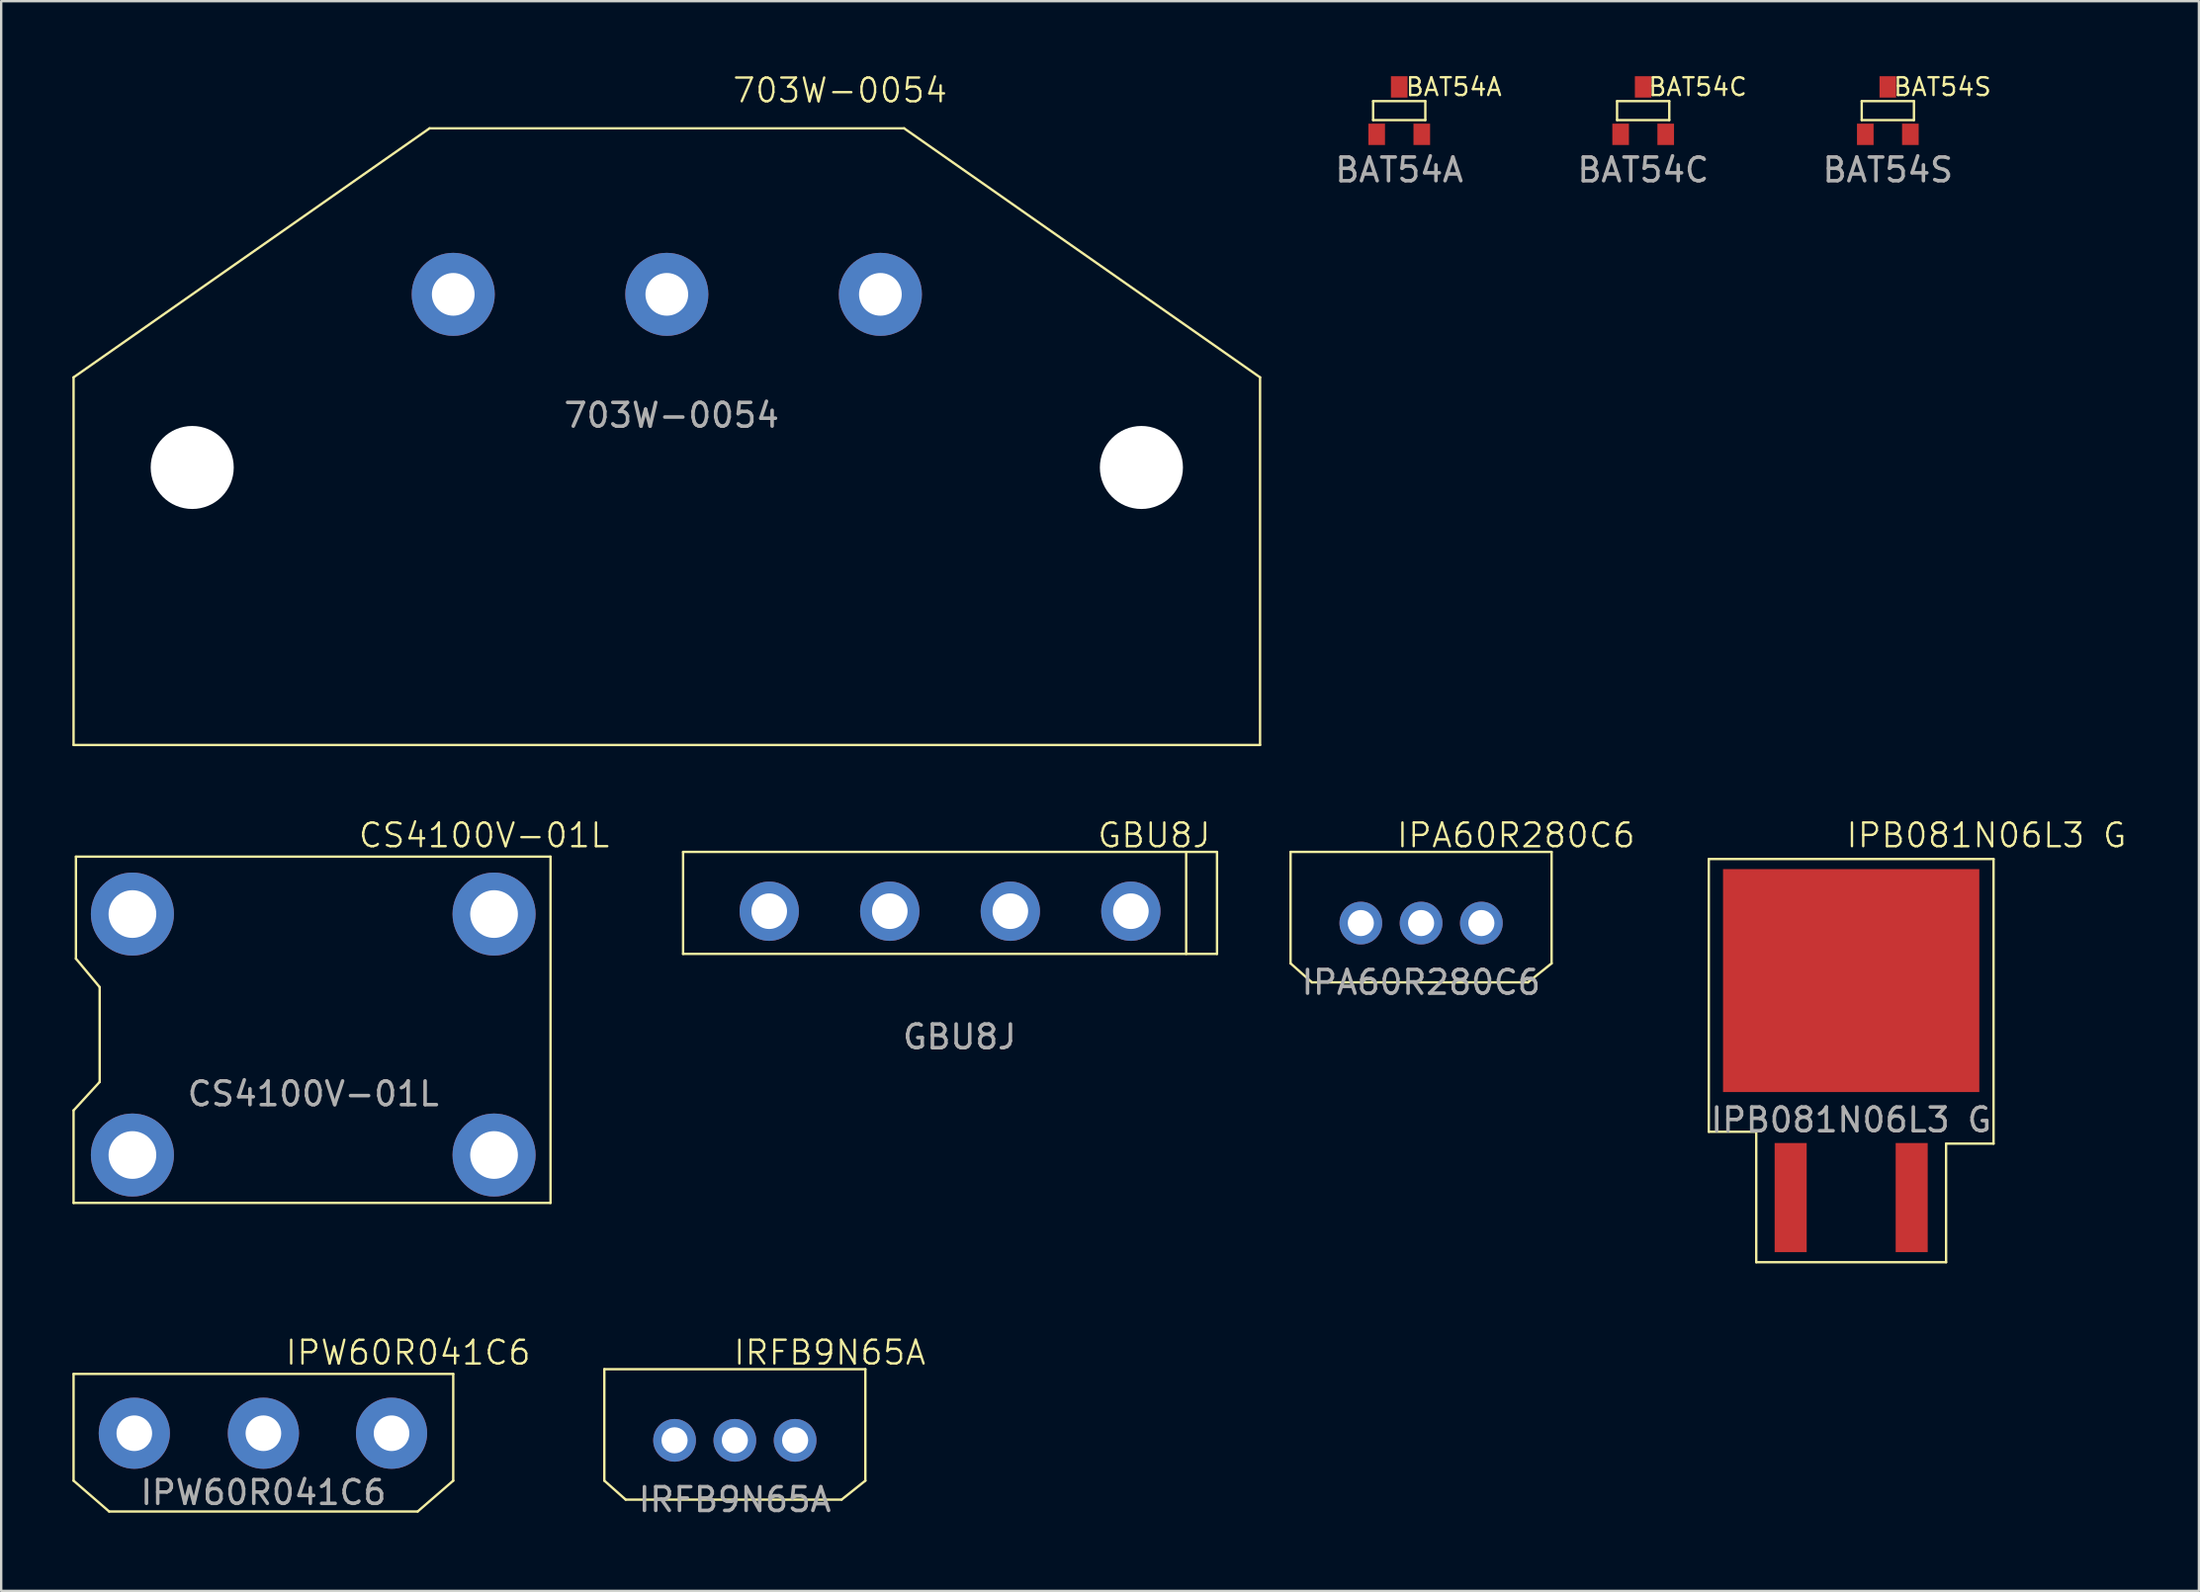
<source format=kicad_pcb>
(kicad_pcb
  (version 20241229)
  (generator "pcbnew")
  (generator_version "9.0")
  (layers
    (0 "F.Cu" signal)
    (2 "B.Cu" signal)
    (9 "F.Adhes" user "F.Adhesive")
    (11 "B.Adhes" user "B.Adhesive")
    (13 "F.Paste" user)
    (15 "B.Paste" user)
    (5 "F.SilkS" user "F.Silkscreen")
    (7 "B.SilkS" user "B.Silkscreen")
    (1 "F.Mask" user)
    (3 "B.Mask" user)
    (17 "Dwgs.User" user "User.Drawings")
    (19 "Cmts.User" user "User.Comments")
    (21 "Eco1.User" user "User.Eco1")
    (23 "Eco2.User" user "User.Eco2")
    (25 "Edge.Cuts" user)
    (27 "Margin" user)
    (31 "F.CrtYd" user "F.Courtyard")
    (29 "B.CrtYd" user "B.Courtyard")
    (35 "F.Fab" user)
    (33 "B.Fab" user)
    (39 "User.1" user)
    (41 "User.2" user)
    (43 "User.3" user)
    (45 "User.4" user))
  (footprint "BAT54S"
    (layer "F.Cu")
    (at 76.505 1.614)
    (property "Reference" "BAT54S" (at 2.3 -1 0) (unlocked yes) (layer "F.SilkS") (effects (font (size 0.75 0.75) (thickness 0.1))))
    (attr smd)
    (fp_line (start -1.1 -0.4) (end -1.1 0.4) (stroke (width 0.1) (type default)) (layer "F.SilkS"))
    (fp_line (start -1.1 0.4) (end 1.1 0.4) (stroke (width 0.1) (type default)) (layer "F.SilkS"))
    (fp_line (start 1.1 -0.4) (end -1.1 -0.4) (stroke (width 0.1) (type default)) (layer "F.SilkS"))
    (fp_line (start 1.1 0.4) (end 1.1 -0.4) (stroke (width 0.1) (type default)) (layer "F.SilkS"))
    (fp_text user "${REFERENCE}" (at 0 2.5 0) (unlocked yes) (layer "F.Fab") (effects (font (size 1 1) (thickness 0.15))))
    (pad "1" smd rect (at -0.95 1) (size 0.7 0.9) (layers "F.Cu" "F.Mask" "F.Paste"))
    (pad "2" smd rect (at 0.95 1) (size 0.7 0.9) (layers "F.Cu" "F.Mask" "F.Paste"))
    (pad "3" smd rect (at 0 -1) (size 0.7 0.9) (layers "F.Cu" "F.Mask" "F.Paste")))
  (footprint "GBU8J"
    (layer "F.Cu")
    (at 36.986 35.371)
    (property "Reference" "GBU8J" (at 8.6 -3.2 0) (unlocked yes) (layer "F.SilkS") (effects (font (size 1 1) (thickness 0.1))))
    (attr through_hole)
    (fp_line (start -11.25 -2.5) (end -11.25 1.8) (stroke (width 0.1) (type default)) (layer "F.SilkS"))
    (fp_line (start -11.25 1.8) (end 11.25 1.8) (stroke (width 0.1) (type default)) (layer "F.SilkS"))
    (fp_line (start 9.95 -2.5) (end 9.95 1.8) (stroke (width 0.1) (type default)) (layer "F.SilkS"))
    (fp_line (start 11.25 -2.5) (end -11.25 -2.5) (stroke (width 0.1) (type default)) (layer "F.SilkS"))
    (fp_line (start 11.25 1.8) (end 11.25 -2.5) (stroke (width 0.1) (type default)) (layer "F.SilkS"))
    (fp_text user "${REFERENCE}" (at 0.4 5.3 0) (unlocked yes) (layer "F.Fab") (effects (font (size 1 1) (thickness 0.15))))
    (pad "1" thru_hole circle (at 7.62 0) (size 2.5 2.5) (drill 1.5) (layers "*.Cu" "*.Mask"))
    (pad "2" thru_hole circle (at 2.54 0) (size 2.5 2.5) (drill 1.5) (layers "*.Cu" "*.Mask"))
    (pad "3" thru_hole circle (at -2.54 0) (size 2.5 2.5) (drill 1.5) (layers "*.Cu" "*.Mask"))
    (pad "4" thru_hole circle (at -7.62 0) (size 2.5 2.5) (drill 1.5) (layers "*.Cu" "*.Mask")))
  (footprint "IPA60R280C6"
    (layer "F.Cu")
    (at 56.836 35.871)
    (property "Reference" "IPA60R280C6" (at 4 -3.7 0) (unlocked yes) (layer "F.SilkS") (effects (font (size 1 1) (thickness 0.1))))
    (attr through_hole)
    (fp_line (start -5.5 -3) (end -5.5 1.7) (stroke (width 0.1) (type default)) (layer "F.SilkS"))
    (fp_line (start -4.6 2.5) (end -5.5 1.7) (stroke (width 0.1) (type default)) (layer "F.SilkS"))
    (fp_line (start 4.5 2.5) (end -4.6 2.5) (stroke (width 0.1) (type default)) (layer "F.SilkS"))
    (fp_line (start 4.5 2.5) (end 5.5 1.7) (stroke (width 0.1) (type default)) (layer "F.SilkS"))
    (fp_line (start 5.5 -3) (end -5.5 -3) (stroke (width 0.1) (type default)) (layer "F.SilkS"))
    (fp_line (start 5.5 1.7) (end 5.5 -3) (stroke (width 0.1) (type default)) (layer "F.SilkS"))
    (fp_text user "${REFERENCE}" (at 0 2.5 0) (unlocked yes) (layer "F.Fab") (effects (font (size 1 1) (thickness 0.15))))
    (pad "1" thru_hole circle (at -2.54 0) (size 1.8 1.8) (drill 1.1) (layers "*.Cu" "*.Mask"))
    (pad "2" thru_hole circle (at 0 0) (size 1.8 1.8) (drill 1.1) (layers "*.Cu" "*.Mask"))
    (pad "3" thru_hole circle (at 2.54 0) (size 1.8 1.8) (drill 1.1) (layers "*.Cu" "*.Mask")))
  (footprint "CS4100V-01L"
    (layer "F.Cu")
    (at 10.15 40.571)
    (property "Reference" "CS4100V-01L" (at 7.2 -8.4 0) (unlocked yes) (layer "F.SilkS") (effects (font (size 1 1) (thickness 0.1))))
    (attr through_hole)
    (fp_line (start -10.1 3.2) (end -10.1 7.1) (stroke (width 0.1) (type default)) (layer "F.SilkS"))
    (fp_line (start -10 -7.5) (end -10 -3.2) (stroke (width 0.1) (type default)) (layer "F.SilkS"))
    (fp_line (start -10 -7.5) (end 10 -7.5) (stroke (width 0.1) (type default)) (layer "F.SilkS"))
    (fp_line (start -9 -2) (end -10 -3.2) (stroke (width 0.1) (type default)) (layer "F.SilkS"))
    (fp_line (start -9 2) (end -10.1 3.2) (stroke (width 0.1) (type default)) (layer "F.SilkS"))
    (fp_line (start -9 2) (end -9 -2) (stroke (width 0.1) (type default)) (layer "F.SilkS"))
    (fp_line (start 10 7.1) (end -10.1 7.1) (stroke (width 0.1) (type default)) (layer "F.SilkS"))
    (fp_line (start 10 7.1) (end 10 -7.5) (stroke (width 0.1) (type default)) (layer "F.SilkS"))
    (fp_text user "${REFERENCE}" (at 0 2.5 0) (unlocked yes) (layer "F.Fab") (effects (font (size 1 1) (thickness 0.15))))
    (pad "1" thru_hole circle (at 7.62 -5.08 90) (size 3.5 3.5) (drill 2.01) (layers "*.Cu" "*.Mask"))
    (pad "2" thru_hole circle (at -7.62 -5.08 90) (size 3.5 3.5) (drill 2.01) (layers "*.Cu" "*.Mask"))
    (pad "3" thru_hole circle (at -7.62 5.08 90) (size 3.5 3.5) (drill 2.01) (layers "*.Cu" "*.Mask"))
    (pad "4" thru_hole circle (at 7.62 5.08 90) (size 3.5 3.5) (drill 2.01) (layers "*.Cu" "*.Mask")))
  (footprint "IPB081N06L3 G"
    (layer "F.Cu")
    (at 74.96 41.671)
    (property "Reference" "IPB081N06L3 G" (at 5.7 -9.5 0) (unlocked yes) (layer "F.SilkS") (effects (font (size 1 1) (thickness 0.1))))
    (attr smd)
    (fp_line (start -6 -8.5) (end -6 3) (stroke (width 0.1) (type default)) (layer "F.SilkS"))
    (fp_line (start -6 3) (end -4 3) (stroke (width 0.1) (type default)) (layer "F.SilkS"))
    (fp_line (start -4 3) (end -4 8.5) (stroke (width 0.1) (type default)) (layer "F.SilkS"))
    (fp_line (start -4 8.5) (end 4 8.5) (stroke (width 0.1) (type default)) (layer "F.SilkS"))
    (fp_line (start 4 3.5) (end 6 3.5) (stroke (width 0.1) (type default)) (layer "F.SilkS"))
    (fp_line (start 4 8.5) (end 4 3.5) (stroke (width 0.1) (type default)) (layer "F.SilkS"))
    (fp_line (start 6 -8.5) (end -6 -8.5) (stroke (width 0.1) (type default)) (layer "F.SilkS"))
    (fp_line (start 6 3.5) (end 6 -8.5) (stroke (width 0.1) (type default)) (layer "F.SilkS"))
    (fp_text user "${REFERENCE}" (at 0 2.5 0) (unlocked yes) (layer "F.Fab") (effects (font (size 1 1) (thickness 0.15))))
    (pad "1" smd rect (at -2.55 5.775) (size 1.35 4.6) (layers "F.Cu" "F.Mask" "F.Paste"))
    (pad "2" smd rect (at 0 -3.375) (size 10.8 9.4) (layers "F.Cu" "F.Mask" "F.Paste"))
    (pad "3" smd rect (at 2.55 5.775) (size 1.35 4.6) (layers "F.Cu" "F.Mask" "F.Paste")))
  (footprint "703W-0054"
    (layer "F.Cu")
    (at 25.05 9.361)
    (property "Reference" "703W-0054" (at 7.3 -8.6 0) (unlocked yes) (layer "F.SilkS") (effects (font (size 1 1) (thickness 0.1))))
    (attr through_hole)
    (fp_line (start -25 3.5) (end -10 -7) (stroke (width 0.1) (type default)) (layer "F.SilkS"))
    (fp_line (start -25 19) (end -25 3.5) (stroke (width 0.1) (type default)) (layer "F.SilkS"))
    (fp_line (start -10 -7) (end 10 -7) (stroke (width 0.1) (type default)) (layer "F.SilkS"))
    (fp_line (start 10 -7) (end 25 3.5) (stroke (width 0.1) (type default)) (layer "F.SilkS"))
    (fp_line (start 25 3.5) (end 25 19) (stroke (width 0.1) (type default)) (layer "F.SilkS"))
    (fp_line (start 25 19) (end -25 19) (stroke (width 0.1) (type default)) (layer "F.SilkS"))
    (fp_text user "${REFERENCE}" (at 0.2 5.1 0) (unlocked yes) (layer "F.Fab") (effects (font (size 1 1) (thickness 0.15))))
    (pad "" np_thru_hole circle (at -20 7.3) (size 3.5 3.5) (drill 3.5) (layers "*.Cu" "*.Mask"))
    (pad "" np_thru_hole circle (at 20 7.3) (size 3.5 3.5) (drill 3.5) (layers "*.Cu" "*.Mask"))
    (pad "1" thru_hole circle (at -9 0) (size 3.5 3.5) (drill 1.8) (layers "*.Cu" "*.Mask"))
    (pad "2" thru_hole circle (at 0 0) (size 3.5 3.5) (drill 1.8) (layers "*.Cu" "*.Mask"))
    (pad "3" thru_hole circle (at 9 0) (size 3.5 3.5) (drill 1.8) (layers "*.Cu" "*.Mask")))
  (footprint "BAT54A"
    (layer "F.Cu")
    (at 55.915 1.614)
    (property "Reference" "BAT54A" (at 2.3 -1 0) (unlocked yes) (layer "F.SilkS") (effects (font (size 0.75 0.75) (thickness 0.1))))
    (attr smd)
    (fp_line (start -1.1 -0.4) (end -1.1 0.4) (stroke (width 0.1) (type default)) (layer "F.SilkS"))
    (fp_line (start -1.1 0.4) (end 1.1 0.4) (stroke (width 0.1) (type default)) (layer "F.SilkS"))
    (fp_line (start 1.1 -0.4) (end -1.1 -0.4) (stroke (width 0.1) (type default)) (layer "F.SilkS"))
    (fp_line (start 1.1 0.4) (end 1.1 -0.4) (stroke (width 0.1) (type default)) (layer "F.SilkS"))
    (fp_text user "${REFERENCE}" (at 0 2.5 0) (unlocked yes) (layer "F.Fab") (effects (font (size 1 1) (thickness 0.15))))
    (pad "1" smd rect (at -0.95 1) (size 0.7 0.9) (layers "F.Cu" "F.Mask" "F.Paste"))
    (pad "2" smd rect (at 0.95 1) (size 0.7 0.9) (layers "F.Cu" "F.Mask" "F.Paste"))
    (pad "3" smd rect (at 0 -1) (size 0.7 0.9) (layers "F.Cu" "F.Mask" "F.Paste")))
  (footprint "IPW60R041C6"
    (layer "F.Cu")
    (at 8.05 57.382)
    (property "Reference" "IPW60R041C6" (at 6.1 -3.4 0) (unlocked yes) (layer "F.SilkS") (effects (font (size 1 1) (thickness 0.1))))
    (attr through_hole)
    (fp_line (start -8 -2.5) (end -8 2) (stroke (width 0.1) (type default)) (layer "F.SilkS"))
    (fp_line (start -8 2) (end -6.5 3.3) (stroke (width 0.1) (type default)) (layer "F.SilkS"))
    (fp_line (start 6.5 3.3) (end -6.5 3.3) (stroke (width 0.1) (type default)) (layer "F.SilkS"))
    (fp_line (start 6.5 3.3) (end 8 2) (stroke (width 0.1) (type default)) (layer "F.SilkS"))
    (fp_line (start 8 -2.5) (end -8 -2.5) (stroke (width 0.1) (type default)) (layer "F.SilkS"))
    (fp_line (start 8 2) (end 8 -2.5) (stroke (width 0.1) (type default)) (layer "F.SilkS"))
    (fp_text user "${REFERENCE}" (at 0 2.5 0) (unlocked yes) (layer "F.Fab") (effects (font (size 1 1) (thickness 0.15))))
    (pad "1" thru_hole circle (at -5.44 0) (size 3 3) (drill 1.5) (layers "*.Cu" "*.Mask"))
    (pad "2" thru_hole circle (at 0 0) (size 3 3) (drill 1.5) (layers "*.Cu" "*.Mask"))
    (pad "3" thru_hole circle (at 5.4 0) (size 3 3) (drill 1.5) (layers "*.Cu" "*.Mask")))
  (footprint "BAT54C"
    (layer "F.Cu")
    (at 66.195 1.614)
    (property "Reference" "BAT54C" (at 2.3 -1 0) (unlocked yes) (layer "F.SilkS") (effects (font (size 0.75 0.75) (thickness 0.1))))
    (attr smd)
    (fp_line (start -1.1 -0.4) (end -1.1 0.4) (stroke (width 0.1) (type default)) (layer "F.SilkS"))
    (fp_line (start -1.1 0.4) (end 1.1 0.4) (stroke (width 0.1) (type default)) (layer "F.SilkS"))
    (fp_line (start 1.1 -0.4) (end -1.1 -0.4) (stroke (width 0.1) (type default)) (layer "F.SilkS"))
    (fp_line (start 1.1 0.4) (end 1.1 -0.4) (stroke (width 0.1) (type default)) (layer "F.SilkS"))
    (fp_text user "${REFERENCE}" (at 0 2.5 0) (unlocked yes) (layer "F.Fab") (effects (font (size 1 1) (thickness 0.15))))
    (pad "1" smd rect (at -0.95 1) (size 0.7 0.9) (layers "F.Cu" "F.Mask" "F.Paste"))
    (pad "2" smd rect (at 0.95 1) (size 0.7 0.9) (layers "F.Cu" "F.Mask" "F.Paste"))
    (pad "3" smd rect (at 0 -1) (size 0.7 0.9) (layers "F.Cu" "F.Mask" "F.Paste")))
  (footprint "IRFB9N65A"
    (layer "F.Cu")
    (at 27.917 57.681)
    (property "Reference" "IRFB9N65A" (at 4 -3.7 0) (unlocked yes) (layer "F.SilkS") (effects (font (size 1 1) (thickness 0.1))))
    (attr through_hole)
    (fp_line (start -5.5 -3) (end -5.5 1.7) (stroke (width 0.1) (type default)) (layer "F.SilkS"))
    (fp_line (start -4.6 2.5) (end -5.5 1.7) (stroke (width 0.1) (type default)) (layer "F.SilkS"))
    (fp_line (start 4.5 2.5) (end -4.6 2.5) (stroke (width 0.1) (type default)) (layer "F.SilkS"))
    (fp_line (start 4.5 2.5) (end 5.5 1.7) (stroke (width 0.1) (type default)) (layer "F.SilkS"))
    (fp_line (start 5.5 -3) (end -5.5 -3) (stroke (width 0.1) (type default)) (layer "F.SilkS"))
    (fp_line (start 5.5 1.7) (end 5.5 -3) (stroke (width 0.1) (type default)) (layer "F.SilkS"))
    (fp_text user "${REFERENCE}" (at 0 2.5 0) (unlocked yes) (layer "F.Fab") (effects (font (size 1 1) (thickness 0.15))))
    (pad "1" thru_hole circle (at -2.54 0) (size 1.8 1.8) (drill 1.1) (layers "*.Cu" "*.Mask"))
    (pad "2" thru_hole circle (at 0 0) (size 1.8 1.8) (drill 1.1) (layers "*.Cu" "*.Mask"))
    (pad "3" thru_hole circle (at 2.54 0) (size 1.8 1.8) (drill 1.1) (layers "*.Cu" "*.Mask")))
  (gr_rect
    (start -3 -3)
    (end 89.614 64.03)
    (stroke (width 0.1) (type default))
    (fill no)
    (layer "Edge.Cuts")))
</source>
